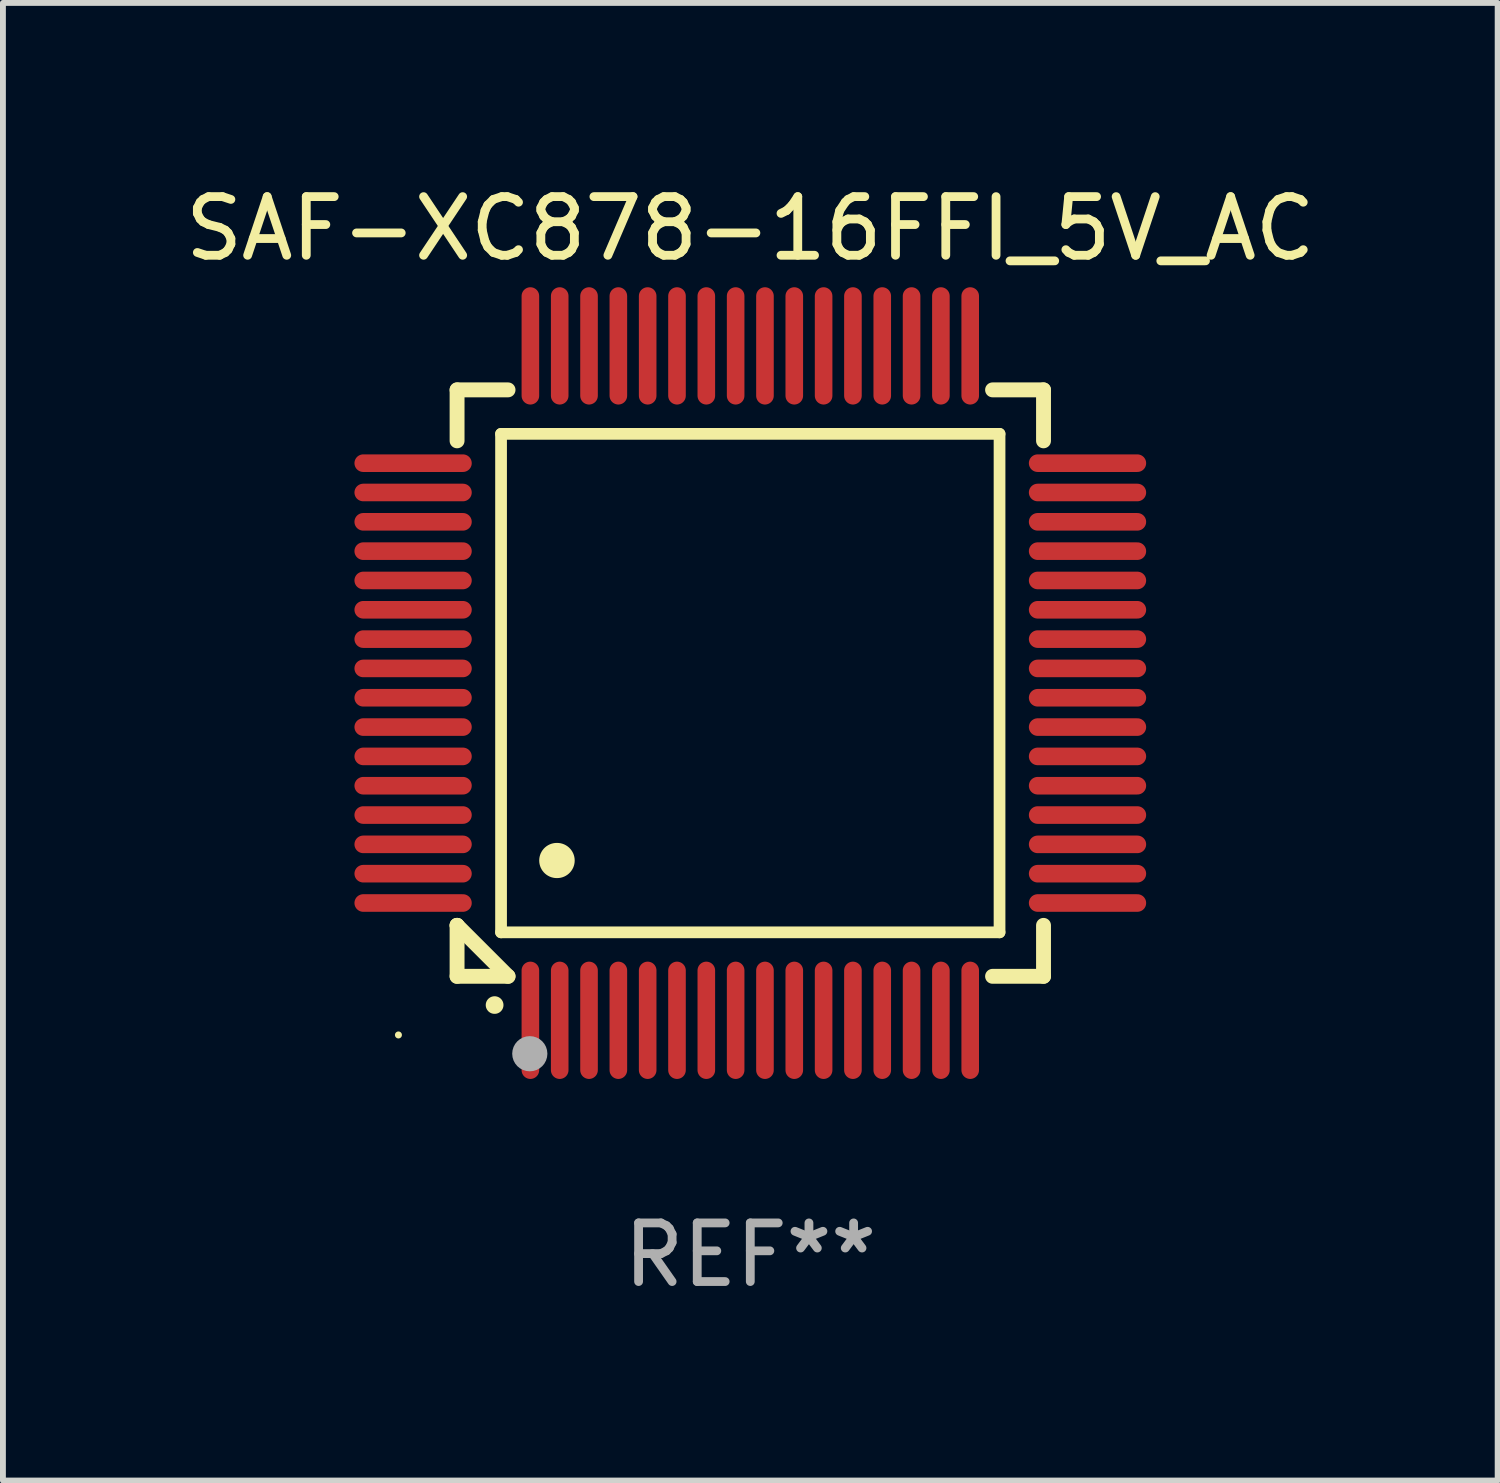
<source format=kicad_pcb>
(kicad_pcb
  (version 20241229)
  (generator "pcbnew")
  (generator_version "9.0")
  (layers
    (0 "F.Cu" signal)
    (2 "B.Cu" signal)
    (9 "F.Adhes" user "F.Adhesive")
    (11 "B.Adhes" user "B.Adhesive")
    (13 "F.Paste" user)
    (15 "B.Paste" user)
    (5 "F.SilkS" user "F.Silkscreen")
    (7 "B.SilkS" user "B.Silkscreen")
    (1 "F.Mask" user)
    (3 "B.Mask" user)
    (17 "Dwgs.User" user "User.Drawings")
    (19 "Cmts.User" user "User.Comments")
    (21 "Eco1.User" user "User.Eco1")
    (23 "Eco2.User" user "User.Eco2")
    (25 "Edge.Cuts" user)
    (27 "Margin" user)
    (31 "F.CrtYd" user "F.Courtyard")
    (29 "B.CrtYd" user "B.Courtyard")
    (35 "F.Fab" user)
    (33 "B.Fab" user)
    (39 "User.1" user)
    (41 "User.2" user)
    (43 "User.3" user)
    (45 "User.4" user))
  (footprint "SAF-XC878-16FFI_5V_AC"
    (layer "F.Cu")
    (at 9.744 8.598)
    (property "Reference" "SAF-XC878-16FFI_5V_AC" (at 0 -7.75 0) (layer "F.SilkS") (effects (font (size 1 1) (thickness 0.15))))
    (attr through_hole)
    (fp_line (start -5 -5) (end -4.131 -5) (stroke (width 0.254) (type solid)) (layer "F.SilkS"))
    (fp_line (start -5 -4.131) (end -5 -5) (stroke (width 0.254) (type solid)) (layer "F.SilkS"))
    (fp_line (start -5 4.131) (end -5 4.131) (stroke (width 0.254) (type solid)) (layer "F.SilkS"))
    (fp_line (start -5 5) (end -5 4.131) (stroke (width 0.254) (type solid)) (layer "F.SilkS"))
    (fp_line (start -5 4.131) (end -4.131 5) (stroke (width 0.254) (type solid)) (layer "F.SilkS"))
    (fp_line (start -4.25 -4.25) (end -4.25 4.25) (stroke (width 0.2) (type solid)) (layer "F.SilkS"))
    (fp_line (start -4.25 4.25) (end 4.25 4.25) (stroke (width 0.2) (type solid)) (layer "F.SilkS"))
    (fp_line (start -4.131 5) (end -5 5) (stroke (width 0.254) (type solid)) (layer "F.SilkS"))
    (fp_line (start 4.25 -4.25) (end -4.25 -4.25) (stroke (width 0.2) (type solid)) (layer "F.SilkS"))
    (fp_line (start 4.25 4.25) (end 4.25 -4.25) (stroke (width 0.2) (type solid)) (layer "F.SilkS"))
    (fp_line (start 5 -5) (end 4.131 -5) (stroke (width 0.254) (type solid)) (layer "F.SilkS"))
    (fp_line (start 5 -5) (end 5 -4.131) (stroke (width 0.254) (type solid)) (layer "F.SilkS"))
    (fp_line (start 5 4.131) (end 5 5) (stroke (width 0.254) (type solid)) (layer "F.SilkS"))
    (fp_line (start 5 5) (end 4.131 5) (stroke (width 0.254) (type solid)) (layer "F.SilkS"))
    (fp_arc (start -4.361265 5.489992) (mid -4.359995 5.489987) (end -4.358725 5.489992) (stroke (width 0.3) (type solid)) (layer "F.SilkS"))
    (fp_arc (start -3.299467 3.025146) (mid -3.296927 3.025135) (end -3.294387 3.025146) (stroke (width 0.6) (type solid)) (layer "F.SilkS"))
    (fp_circle (center -6 6) (end -5.97 6) (stroke (width 0.06) (type solid)) (fill no) (layer "F.SilkS"))
    (fp_circle (center -3.76 6.32) (end -3.61 6.32) (stroke (width 0.3) (type solid)) (fill no) (layer "F.Fab"))
    (fp_text user "REF**" (at 0 9.75 0) (layer "F.Fab") (effects (font (size 1 1) (thickness 0.15))))
    (pad "1" smd oval (at -3.75 5.75) (size 0.3 2) (layers "F.Cu" "F.Mask" "F.Paste"))
    (pad "2" smd oval (at -3.25 5.75) (size 0.3 2) (layers "F.Cu" "F.Mask" "F.Paste"))
    (pad "3" smd oval (at -2.75 5.75) (size 0.3 2) (layers "F.Cu" "F.Mask" "F.Paste"))
    (pad "4" smd oval (at -2.25 5.75) (size 0.3 2) (layers "F.Cu" "F.Mask" "F.Paste"))
    (pad "5" smd oval (at -1.75 5.75) (size 0.3 2) (layers "F.Cu" "F.Mask" "F.Paste"))
    (pad "6" smd oval (at -1.25 5.75) (size 0.3 2) (layers "F.Cu" "F.Mask" "F.Paste"))
    (pad "7" smd oval (at -0.75 5.75) (size 0.3 2) (layers "F.Cu" "F.Mask" "F.Paste"))
    (pad "8" smd oval (at -0.25 5.75) (size 0.3 2) (layers "F.Cu" "F.Mask" "F.Paste"))
    (pad "9" smd oval (at 0.25 5.75) (size 0.3 2) (layers "F.Cu" "F.Mask" "F.Paste"))
    (pad "10" smd oval (at 0.75 5.75) (size 0.3 2) (layers "F.Cu" "F.Mask" "F.Paste"))
    (pad "11" smd oval (at 1.25 5.75) (size 0.3 2) (layers "F.Cu" "F.Mask" "F.Paste"))
    (pad "12" smd oval (at 1.75 5.75) (size 0.3 2) (layers "F.Cu" "F.Mask" "F.Paste"))
    (pad "13" smd oval (at 2.25 5.75) (size 0.3 2) (layers "F.Cu" "F.Mask" "F.Paste"))
    (pad "14" smd oval (at 2.75 5.75) (size 0.3 2) (layers "F.Cu" "F.Mask" "F.Paste"))
    (pad "15" smd oval (at 3.25 5.75) (size 0.3 2) (layers "F.Cu" "F.Mask" "F.Paste"))
    (pad "16" smd oval (at 3.75 5.75) (size 0.3 2) (layers "F.Cu" "F.Mask" "F.Paste"))
    (pad "17" smd oval (at 5.75 3.75) (size 2 0.3) (layers "F.Cu" "F.Mask" "F.Paste"))
    (pad "18" smd oval (at 5.75 3.25) (size 2 0.3) (layers "F.Cu" "F.Mask" "F.Paste"))
    (pad "19" smd oval (at 5.75 2.75) (size 2 0.3) (layers "F.Cu" "F.Mask" "F.Paste"))
    (pad "20" smd oval (at 5.75 2.25) (size 2 0.3) (layers "F.Cu" "F.Mask" "F.Paste"))
    (pad "21" smd oval (at 5.75 1.75) (size 2 0.3) (layers "F.Cu" "F.Mask" "F.Paste"))
    (pad "22" smd oval (at 5.75 1.25) (size 2 0.3) (layers "F.Cu" "F.Mask" "F.Paste"))
    (pad "23" smd oval (at 5.75 0.75) (size 2 0.3) (layers "F.Cu" "F.Mask" "F.Paste"))
    (pad "24" smd oval (at 5.75 0.25) (size 2 0.3) (layers "F.Cu" "F.Mask" "F.Paste"))
    (pad "25" smd oval (at 5.75 -0.25) (size 2 0.3) (layers "F.Cu" "F.Mask" "F.Paste"))
    (pad "26" smd oval (at 5.75 -0.75) (size 2 0.3) (layers "F.Cu" "F.Mask" "F.Paste"))
    (pad "27" smd oval (at 5.75 -1.25) (size 2 0.3) (layers "F.Cu" "F.Mask" "F.Paste"))
    (pad "28" smd oval (at 5.75 -1.75) (size 2 0.3) (layers "F.Cu" "F.Mask" "F.Paste"))
    (pad "29" smd oval (at 5.75 -2.25) (size 2 0.3) (layers "F.Cu" "F.Mask" "F.Paste"))
    (pad "30" smd oval (at 5.75 -2.75) (size 2 0.3) (layers "F.Cu" "F.Mask" "F.Paste"))
    (pad "31" smd oval (at 5.75 -3.25) (size 2 0.3) (layers "F.Cu" "F.Mask" "F.Paste"))
    (pad "32" smd oval (at 5.75 -3.75) (size 2 0.3) (layers "F.Cu" "F.Mask" "F.Paste"))
    (pad "33" smd oval (at 3.75 -5.75) (size 0.3 2) (layers "F.Cu" "F.Mask" "F.Paste"))
    (pad "34" smd oval (at 3.25 -5.75) (size 0.3 2) (layers "F.Cu" "F.Mask" "F.Paste"))
    (pad "35" smd oval (at 2.75 -5.75) (size 0.3 2) (layers "F.Cu" "F.Mask" "F.Paste"))
    (pad "36" smd oval (at 2.25 -5.75) (size 0.3 2) (layers "F.Cu" "F.Mask" "F.Paste"))
    (pad "37" smd oval (at 1.75 -5.75) (size 0.3 2) (layers "F.Cu" "F.Mask" "F.Paste"))
    (pad "38" smd oval (at 1.25 -5.75) (size 0.3 2) (layers "F.Cu" "F.Mask" "F.Paste"))
    (pad "39" smd oval (at 0.75 -5.75) (size 0.3 2) (layers "F.Cu" "F.Mask" "F.Paste"))
    (pad "40" smd oval (at 0.25 -5.75) (size 0.3 2) (layers "F.Cu" "F.Mask" "F.Paste"))
    (pad "41" smd oval (at -0.25 -5.75) (size 0.3 2) (layers "F.Cu" "F.Mask" "F.Paste"))
    (pad "42" smd oval (at -0.75 -5.75) (size 0.3 2) (layers "F.Cu" "F.Mask" "F.Paste"))
    (pad "43" smd oval (at -1.25 -5.75) (size 0.3 2) (layers "F.Cu" "F.Mask" "F.Paste"))
    (pad "44" smd oval (at -1.75 -5.75) (size 0.3 2) (layers "F.Cu" "F.Mask" "F.Paste"))
    (pad "45" smd oval (at -2.25 -5.75) (size 0.3 2) (layers "F.Cu" "F.Mask" "F.Paste"))
    (pad "46" smd oval (at -2.75 -5.75) (size 0.3 2) (layers "F.Cu" "F.Mask" "F.Paste"))
    (pad "47" smd oval (at -3.25 -5.75) (size 0.3 2) (layers "F.Cu" "F.Mask" "F.Paste"))
    (pad "48" smd oval (at -3.75 -5.75) (size 0.3 2) (layers "F.Cu" "F.Mask" "F.Paste"))
    (pad "49" smd oval (at -5.75 -3.75) (size 2 0.3) (layers "F.Cu" "F.Mask" "F.Paste"))
    (pad "50" smd oval (at -5.75 -3.25) (size 2 0.3) (layers "F.Cu" "F.Mask" "F.Paste"))
    (pad "51" smd oval (at -5.75 -2.75) (size 2 0.3) (layers "F.Cu" "F.Mask" "F.Paste"))
    (pad "52" smd oval (at -5.75 -2.25) (size 2 0.3) (layers "F.Cu" "F.Mask" "F.Paste"))
    (pad "53" smd oval (at -5.75 -1.75) (size 2 0.3) (layers "F.Cu" "F.Mask" "F.Paste"))
    (pad "54" smd oval (at -5.75 -1.25) (size 2 0.3) (layers "F.Cu" "F.Mask" "F.Paste"))
    (pad "55" smd oval (at -5.75 -0.75) (size 2 0.3) (layers "F.Cu" "F.Mask" "F.Paste"))
    (pad "56" smd oval (at -5.75 -0.25) (size 2 0.3) (layers "F.Cu" "F.Mask" "F.Paste"))
    (pad "57" smd oval (at -5.75 0.25) (size 2 0.3) (layers "F.Cu" "F.Mask" "F.Paste"))
    (pad "58" smd oval (at -5.75 0.75) (size 2 0.3) (layers "F.Cu" "F.Mask" "F.Paste"))
    (pad "59" smd oval (at -5.75 1.25) (size 2 0.3) (layers "F.Cu" "F.Mask" "F.Paste"))
    (pad "60" smd oval (at -5.75 1.75) (size 2 0.3) (layers "F.Cu" "F.Mask" "F.Paste"))
    (pad "61" smd oval (at -5.75 2.25) (size 2 0.3) (layers "F.Cu" "F.Mask" "F.Paste"))
    (pad "62" smd oval (at -5.75 2.75) (size 2 0.3) (layers "F.Cu" "F.Mask" "F.Paste"))
    (pad "63" smd oval (at -5.75 3.25) (size 2 0.3) (layers "F.Cu" "F.Mask" "F.Paste"))
    (pad "64" smd oval (at -5.75 3.75) (size 2 0.3) (layers "F.Cu" "F.Mask" "F.Paste")))
  (gr_rect
    (start -3 -3)
    (end 22.488 22.196)
    (stroke (width 0.1) (type default))
    (fill no)
    (layer "Edge.Cuts")))
</source>
